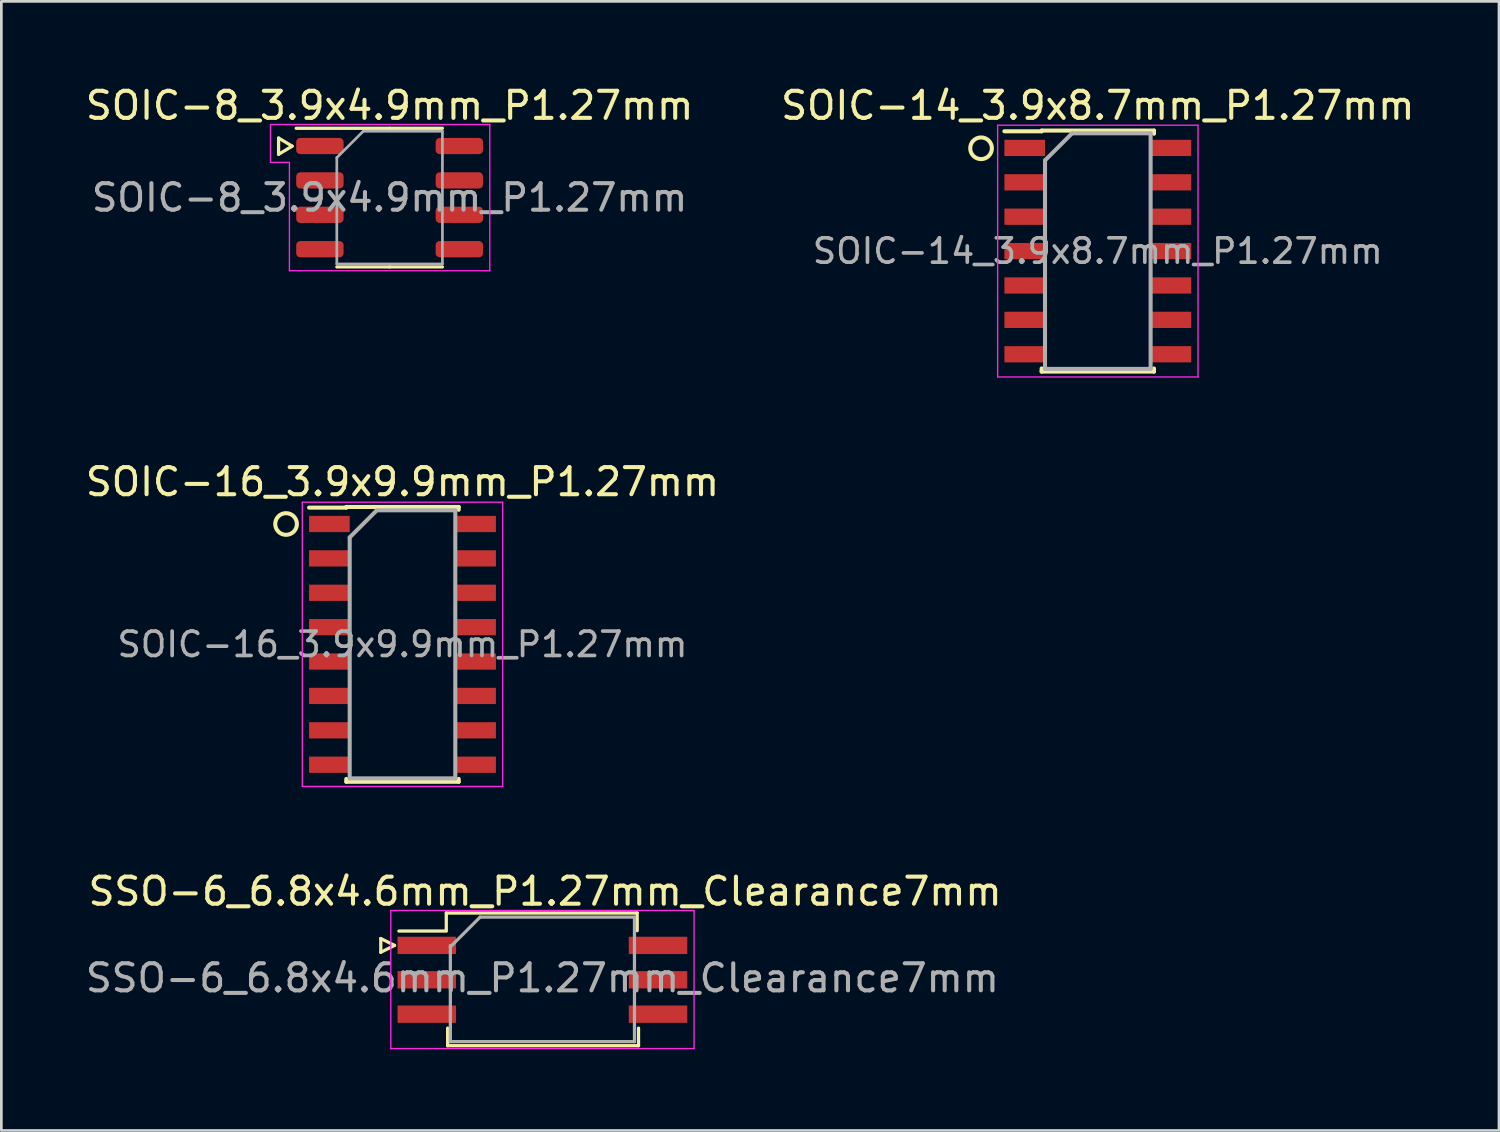
<source format=kicad_pcb>
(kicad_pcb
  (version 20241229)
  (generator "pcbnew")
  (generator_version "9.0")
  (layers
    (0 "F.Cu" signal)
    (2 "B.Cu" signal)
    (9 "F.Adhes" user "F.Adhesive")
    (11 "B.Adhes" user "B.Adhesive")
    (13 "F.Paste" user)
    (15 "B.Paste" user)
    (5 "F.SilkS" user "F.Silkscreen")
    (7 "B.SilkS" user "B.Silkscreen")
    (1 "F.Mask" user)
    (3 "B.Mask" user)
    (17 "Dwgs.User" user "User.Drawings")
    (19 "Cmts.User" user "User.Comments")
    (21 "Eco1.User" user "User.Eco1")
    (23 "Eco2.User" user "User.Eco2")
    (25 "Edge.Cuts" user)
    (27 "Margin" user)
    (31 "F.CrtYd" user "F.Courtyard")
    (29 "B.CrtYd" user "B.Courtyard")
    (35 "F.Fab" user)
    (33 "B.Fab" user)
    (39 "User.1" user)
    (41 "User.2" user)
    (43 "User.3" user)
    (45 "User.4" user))
  (footprint "SOIC-16_3.9x9.9mm_P1.27mm"
    (layer "F.Cu")
    (at 11.815 20.747)
    (property "Reference" "SOIC-16_3.9x9.9mm_P1.27mm" (at 0 -6 0) (layer "F.SilkS") (effects (font (size 1 1) (thickness 0.15))))
    (attr smd)
    (fp_line (start -2.075 -5.075) (end -2.075 -5.05) (stroke (width 0.15) (type solid)) (layer "F.SilkS"))
    (fp_line (start -2.075 -5.075) (end 2.075 -5.075) (stroke (width 0.15) (type solid)) (layer "F.SilkS"))
    (fp_line (start -2.075 -5.05) (end -3.45 -5.05) (stroke (width 0.15) (type solid)) (layer "F.SilkS"))
    (fp_line (start -2.075 5.075) (end -2.075 4.97) (stroke (width 0.15) (type solid)) (layer "F.SilkS"))
    (fp_line (start -2.075 5.075) (end 2.075 5.075) (stroke (width 0.15) (type solid)) (layer "F.SilkS"))
    (fp_line (start 2.075 -5.075) (end 2.075 -4.97) (stroke (width 0.15) (type solid)) (layer "F.SilkS"))
    (fp_line (start 2.075 5.075) (end 2.075 4.97) (stroke (width 0.15) (type solid)) (layer "F.SilkS"))
    (fp_circle (center -4.3 -4.445) (end -3.9 -4.445) (stroke (width 0.15) (type solid)) (fill no) (layer "F.SilkS"))
    (fp_line (start -3.7 -5.25) (end -3.7 5.25) (stroke (width 0.05) (type solid)) (layer "F.CrtYd"))
    (fp_line (start -3.7 -5.25) (end 3.7 -5.25) (stroke (width 0.05) (type solid)) (layer "F.CrtYd"))
    (fp_line (start -3.7 5.25) (end 3.7 5.25) (stroke (width 0.05) (type solid)) (layer "F.CrtYd"))
    (fp_line (start 3.7 -5.25) (end 3.7 5.25) (stroke (width 0.05) (type solid)) (layer "F.CrtYd"))
    (fp_line (start -1.95 -3.95) (end -0.95 -4.95) (stroke (width 0.15) (type solid)) (layer "F.Fab"))
    (fp_line (start -1.95 4.95) (end -1.95 -3.95) (stroke (width 0.15) (type solid)) (layer "F.Fab"))
    (fp_line (start -0.95 -4.95) (end 1.95 -4.95) (stroke (width 0.15) (type solid)) (layer "F.Fab"))
    (fp_line (start 1.95 -4.95) (end 1.95 4.95) (stroke (width 0.15) (type solid)) (layer "F.Fab"))
    (fp_line (start 1.95 4.95) (end -1.95 4.95) (stroke (width 0.15) (type solid)) (layer "F.Fab"))
    (fp_text user "${REFERENCE}" (at 0 0 0) (layer "F.Fab") (effects (font (size 0.9 0.9) (thickness 0.135))))
    (pad "1" smd rect (at -2.7 -4.445) (size 1.5 0.6) (layers "F.Cu" "F.Mask" "F.Paste"))
    (pad "2" smd rect (at -2.7 -3.175) (size 1.5 0.6) (layers "F.Cu" "F.Mask" "F.Paste"))
    (pad "3" smd rect (at -2.7 -1.905) (size 1.5 0.6) (layers "F.Cu" "F.Mask" "F.Paste"))
    (pad "4" smd rect (at -2.7 -0.635) (size 1.5 0.6) (layers "F.Cu" "F.Mask" "F.Paste"))
    (pad "5" smd rect (at -2.7 0.635) (size 1.5 0.6) (layers "F.Cu" "F.Mask" "F.Paste"))
    (pad "6" smd rect (at -2.7 1.905) (size 1.5 0.6) (layers "F.Cu" "F.Mask" "F.Paste"))
    (pad "7" smd rect (at -2.7 3.175) (size 1.5 0.6) (layers "F.Cu" "F.Mask" "F.Paste"))
    (pad "8" smd rect (at -2.7 4.445) (size 1.5 0.6) (layers "F.Cu" "F.Mask" "F.Paste"))
    (pad "9" smd rect (at 2.7 4.445) (size 1.5 0.6) (layers "F.Cu" "F.Mask" "F.Paste"))
    (pad "10" smd rect (at 2.7 3.175) (size 1.5 0.6) (layers "F.Cu" "F.Mask" "F.Paste"))
    (pad "11" smd rect (at 2.7 1.905) (size 1.5 0.6) (layers "F.Cu" "F.Mask" "F.Paste"))
    (pad "12" smd rect (at 2.7 0.635) (size 1.5 0.6) (layers "F.Cu" "F.Mask" "F.Paste"))
    (pad "13" smd rect (at 2.7 -0.635) (size 1.5 0.6) (layers "F.Cu" "F.Mask" "F.Paste"))
    (pad "14" smd rect (at 2.7 -1.905) (size 1.5 0.6) (layers "F.Cu" "F.Mask" "F.Paste"))
    (pad "15" smd rect (at 2.7 -3.175) (size 1.5 0.6) (layers "F.Cu" "F.Mask" "F.Paste"))
    (pad "16" smd rect (at 2.7 -4.445) (size 1.5 0.6) (layers "F.Cu" "F.Mask" "F.Paste")))
  (footprint "SSO-6_6.8x4.6mm_P1.27mm_Clearance7mm"
    (layer "F.Cu")
    (at 16.982 33.135)
    (property "Reference" "SSO-6_6.8x4.6mm_P1.27mm_Clearance7mm" (at 0.1 -3.265 0) (layer "F.SilkS") (effects (font (size 1 1) (thickness 0.15))))
    (attr smd)
    (fp_line (start -5.969 -1.524) (end -5.969 -1.016) (stroke (width 0.12) (type solid)) (layer "F.SilkS"))
    (fp_line (start -5.969 -1.016) (end -5.461 -1.27) (stroke (width 0.12) (type solid)) (layer "F.SilkS"))
    (fp_line (start -5.461 -1.27) (end -5.969 -1.524) (stroke (width 0.12) (type solid)) (layer "F.SilkS"))
    (fp_line (start -3.55 -2.465) (end -3.55 -1.815) (stroke (width 0.12) (type solid)) (layer "F.SilkS"))
    (fp_line (start -3.55 -1.8) (end -5.3 -1.8) (stroke (width 0.12) (type solid)) (layer "F.SilkS"))
    (fp_line (start -3.5 1.785) (end -3.5 2.435) (stroke (width 0.12) (type solid)) (layer "F.SilkS"))
    (fp_line (start -3.5 2.435) (end 3.55 2.435) (stroke (width 0.12) (type solid)) (layer "F.SilkS"))
    (fp_line (start 3.5 -2.465) (end -3.55 -2.465) (stroke (width 0.12) (type solid)) (layer "F.SilkS"))
    (fp_line (start 3.5 -2.465) (end 3.5 -1.815) (stroke (width 0.12) (type solid)) (layer "F.SilkS"))
    (fp_line (start 3.55 1.785) (end 3.55 2.435) (stroke (width 0.12) (type solid)) (layer "F.SilkS"))
    (fp_line (start -5.6 -2.56) (end -5.6 2.54) (stroke (width 0.05) (type solid)) (layer "F.CrtYd"))
    (fp_line (start -5.6 -2.56) (end 5.6 -2.56) (stroke (width 0.05) (type solid)) (layer "F.CrtYd"))
    (fp_line (start 5.6 2.54) (end -5.6 2.54) (stroke (width 0.05) (type solid)) (layer "F.CrtYd"))
    (fp_line (start 5.6 2.54) (end 5.6 -2.56) (stroke (width 0.05) (type solid)) (layer "F.CrtYd"))
    (fp_line (start -3.4 2.285) (end -3.4 -1.265) (stroke (width 0.12) (type solid)) (layer "F.Fab"))
    (fp_line (start -2.3 -2.315) (end -3.4 -1.215) (stroke (width 0.12) (type solid)) (layer "F.Fab"))
    (fp_line (start 3.4 -2.315) (end -2.3 -2.315) (stroke (width 0.12) (type solid)) (layer "F.Fab"))
    (fp_line (start 3.4 -2.315) (end 3.4 2.285) (stroke (width 0.12) (type solid)) (layer "F.Fab"))
    (fp_line (start 3.4 2.285) (end -3.4 2.285) (stroke (width 0.12) (type solid)) (layer "F.Fab"))
    (fp_text user "${REFERENCE}" (at 0 -0.065 0) (layer "F.Fab") (effects (font (size 1 1) (thickness 0.15))))
    (pad "1" smd rect (at -4.27 -1.27) (size 2.16 0.64) (layers "F.Cu" "F.Mask" "F.Paste"))
    (pad "2" smd rect (at -4.27 0) (size 2.16 0.64) (layers "F.Cu" "F.Mask" "F.Paste"))
    (pad "3" smd rect (at -4.27 1.27) (size 2.16 0.64) (layers "F.Cu" "F.Mask" "F.Paste"))
    (pad "4" smd rect (at 4.27 1.27) (size 2.16 0.64) (layers "F.Cu" "F.Mask" "F.Paste"))
    (pad "5" smd rect (at 4.27 0) (size 2.16 0.64) (layers "F.Cu" "F.Mask" "F.Paste"))
    (pad "6" smd rect (at 4.27 -1.27) (size 2.16 0.64) (layers "F.Cu" "F.Mask" "F.Paste")))
  (footprint "SOIC-14_3.9x8.7mm_P1.27mm"
    (layer "F.Cu")
    (at 37.494 6.223)
    (property "Reference" "SOIC-14_3.9x8.7mm_P1.27mm" (at 0 -5.375 0) (layer "F.SilkS") (effects (font (size 1 1) (thickness 0.15))))
    (attr smd)
    (fp_line (start -2.075 -4.45) (end -2.075 -4.425) (stroke (width 0.15) (type solid)) (layer "F.SilkS"))
    (fp_line (start -2.075 -4.45) (end 2.075 -4.45) (stroke (width 0.15) (type solid)) (layer "F.SilkS"))
    (fp_line (start -2.075 -4.425) (end -3.45 -4.425) (stroke (width 0.15) (type solid)) (layer "F.SilkS"))
    (fp_line (start -2.075 4.45) (end -2.075 4.335) (stroke (width 0.15) (type solid)) (layer "F.SilkS"))
    (fp_line (start -2.075 4.45) (end 2.075 4.45) (stroke (width 0.15) (type solid)) (layer "F.SilkS"))
    (fp_line (start 2.075 -4.45) (end 2.075 -4.335) (stroke (width 0.15) (type solid)) (layer "F.SilkS"))
    (fp_line (start 2.075 4.45) (end 2.075 4.335) (stroke (width 0.15) (type solid)) (layer "F.SilkS"))
    (fp_circle (center -4.312 -3.797) (end -3.912 -3.797) (stroke (width 0.15) (type solid)) (fill no) (layer "F.SilkS"))
    (fp_line (start -3.7 -4.65) (end -3.7 4.65) (stroke (width 0.05) (type solid)) (layer "F.CrtYd"))
    (fp_line (start -3.7 -4.65) (end 3.7 -4.65) (stroke (width 0.05) (type solid)) (layer "F.CrtYd"))
    (fp_line (start -3.7 4.65) (end 3.7 4.65) (stroke (width 0.05) (type solid)) (layer "F.CrtYd"))
    (fp_line (start 3.7 -4.65) (end 3.7 4.65) (stroke (width 0.05) (type solid)) (layer "F.CrtYd"))
    (fp_line (start -1.95 -3.35) (end -0.95 -4.35) (stroke (width 0.15) (type solid)) (layer "F.Fab"))
    (fp_line (start -1.95 4.35) (end -1.95 -3.35) (stroke (width 0.15) (type solid)) (layer "F.Fab"))
    (fp_line (start -0.95 -4.35) (end 1.95 -4.35) (stroke (width 0.15) (type solid)) (layer "F.Fab"))
    (fp_line (start 1.95 -4.35) (end 1.95 4.35) (stroke (width 0.15) (type solid)) (layer "F.Fab"))
    (fp_line (start 1.95 4.35) (end -1.95 4.35) (stroke (width 0.15) (type solid)) (layer "F.Fab"))
    (fp_text user "${REFERENCE}" (at 0 0 0) (layer "F.Fab") (effects (font (size 0.9 0.9) (thickness 0.135))))
    (pad "1" smd rect (at -2.7 -3.81) (size 1.5 0.6) (layers "F.Cu" "F.Mask" "F.Paste"))
    (pad "2" smd rect (at -2.7 -2.54) (size 1.5 0.6) (layers "F.Cu" "F.Mask" "F.Paste"))
    (pad "3" smd rect (at -2.7 -1.27) (size 1.5 0.6) (layers "F.Cu" "F.Mask" "F.Paste"))
    (pad "4" smd rect (at -2.7 0) (size 1.5 0.6) (layers "F.Cu" "F.Mask" "F.Paste"))
    (pad "5" smd rect (at -2.7 1.27) (size 1.5 0.6) (layers "F.Cu" "F.Mask" "F.Paste"))
    (pad "6" smd rect (at -2.7 2.54) (size 1.5 0.6) (layers "F.Cu" "F.Mask" "F.Paste"))
    (pad "7" smd rect (at -2.7 3.81) (size 1.5 0.6) (layers "F.Cu" "F.Mask" "F.Paste"))
    (pad "8" smd rect (at 2.7 3.81) (size 1.5 0.6) (layers "F.Cu" "F.Mask" "F.Paste"))
    (pad "9" smd rect (at 2.7 2.54) (size 1.5 0.6) (layers "F.Cu" "F.Mask" "F.Paste"))
    (pad "10" smd rect (at 2.7 1.27) (size 1.5 0.6) (layers "F.Cu" "F.Mask" "F.Paste"))
    (pad "11" smd rect (at 2.7 0) (size 1.5 0.6) (layers "F.Cu" "F.Mask" "F.Paste"))
    (pad "12" smd rect (at 2.7 -1.27) (size 1.5 0.6) (layers "F.Cu" "F.Mask" "F.Paste"))
    (pad "13" smd rect (at 2.7 -2.54) (size 1.5 0.6) (layers "F.Cu" "F.Mask" "F.Paste"))
    (pad "14" smd rect (at 2.7 -3.81) (size 1.5 0.6) (layers "F.Cu" "F.Mask" "F.Paste")))
  (footprint "SOIC-8_3.9x4.9mm_P1.27mm"
    (layer "F.Cu")
    (at 11.339 4.248)
    (property "Reference" "SOIC-8_3.9x4.9mm_P1.27mm" (at 0 -3.4 0) (layer "F.SilkS") (effects (font (size 1 1) (thickness 0.15))))
    (attr smd)
    (fp_line (start -4.1 -2.2) (end -4.1 -1.6) (stroke (width 0.12) (type solid)) (layer "F.SilkS"))
    (fp_line (start -4.1 -1.6) (end -3.6 -1.9) (stroke (width 0.12) (type solid)) (layer "F.SilkS"))
    (fp_line (start -3.6 -1.9) (end -4.1 -2.2) (stroke (width 0.12) (type solid)) (layer "F.SilkS"))
    (fp_line (start 0 -2.56) (end -3.45 -2.56) (stroke (width 0.12) (type solid)) (layer "F.SilkS"))
    (fp_line (start 0 -2.56) (end 1.95 -2.56) (stroke (width 0.12) (type solid)) (layer "F.SilkS"))
    (fp_line (start 0 2.56) (end -1.95 2.56) (stroke (width 0.12) (type solid)) (layer "F.SilkS"))
    (fp_line (start 0 2.56) (end 1.95 2.56) (stroke (width 0.12) (type solid)) (layer "F.SilkS"))
    (fp_line (start -4.4 -2.7) (end -4.4 -1.3) (stroke (width 0.05) (type solid)) (layer "F.CrtYd"))
    (fp_line (start -3.7 -1.3) (end -4.4 -1.3) (stroke (width 0.05) (type solid)) (layer "F.CrtYd"))
    (fp_line (start -3.7 -1.3) (end -3.7 2.7) (stroke (width 0.05) (type solid)) (layer "F.CrtYd"))
    (fp_line (start -3.7 2.7) (end 3.7 2.7) (stroke (width 0.05) (type solid)) (layer "F.CrtYd"))
    (fp_line (start 3.7 -2.7) (end -4.4 -2.7) (stroke (width 0.05) (type solid)) (layer "F.CrtYd"))
    (fp_line (start 3.7 2.7) (end 3.7 -2.7) (stroke (width 0.05) (type solid)) (layer "F.CrtYd"))
    (fp_line (start -1.95 -1.475) (end -0.975 -2.45) (stroke (width 0.1) (type solid)) (layer "F.Fab"))
    (fp_line (start -1.95 2.45) (end -1.95 -1.475) (stroke (width 0.1) (type solid)) (layer "F.Fab"))
    (fp_line (start -0.975 -2.45) (end 1.95 -2.45) (stroke (width 0.1) (type solid)) (layer "F.Fab"))
    (fp_line (start 1.95 -2.45) (end 1.95 2.45) (stroke (width 0.1) (type solid)) (layer "F.Fab"))
    (fp_line (start 1.95 2.45) (end -1.95 2.45) (stroke (width 0.1) (type solid)) (layer "F.Fab"))
    (fp_text user "${REFERENCE}" (at 0 0 0) (layer "F.Fab") (effects (font (size 0.98 0.98) (thickness 0.15))))
    (pad "1" smd roundrect (at -2.575 -1.905) (size 1.75 0.6) (layers "F.Cu" "F.Mask" "F.Paste") (roundrect_rratio 0.25))
    (pad "2" smd roundrect (at -2.575 -0.635) (size 1.75 0.6) (layers "F.Cu" "F.Mask" "F.Paste") (roundrect_rratio 0.25))
    (pad "3" smd roundrect (at -2.575 0.635) (size 1.75 0.6) (layers "F.Cu" "F.Mask" "F.Paste") (roundrect_rratio 0.25))
    (pad "4" smd roundrect (at -2.575 1.905) (size 1.75 0.6) (layers "F.Cu" "F.Mask" "F.Paste") (roundrect_rratio 0.25))
    (pad "5" smd roundrect (at 2.575 1.905) (size 1.75 0.6) (layers "F.Cu" "F.Mask" "F.Paste") (roundrect_rratio 0.25))
    (pad "6" smd roundrect (at 2.575 0.635) (size 1.75 0.6) (layers "F.Cu" "F.Mask" "F.Paste") (roundrect_rratio 0.25))
    (pad "7" smd roundrect (at 2.575 -0.635) (size 1.75 0.6) (layers "F.Cu" "F.Mask" "F.Paste") (roundrect_rratio 0.25))
    (pad "8" smd roundrect (at 2.575 -1.905) (size 1.75 0.6) (layers "F.Cu" "F.Mask" "F.Paste") (roundrect_rratio 0.25)))
  (gr_rect
    (start -3 -3)
    (end 52.31 38.7)
    (stroke (width 0.1) (type default))
    (fill no)
    (layer "Edge.Cuts")))
</source>
